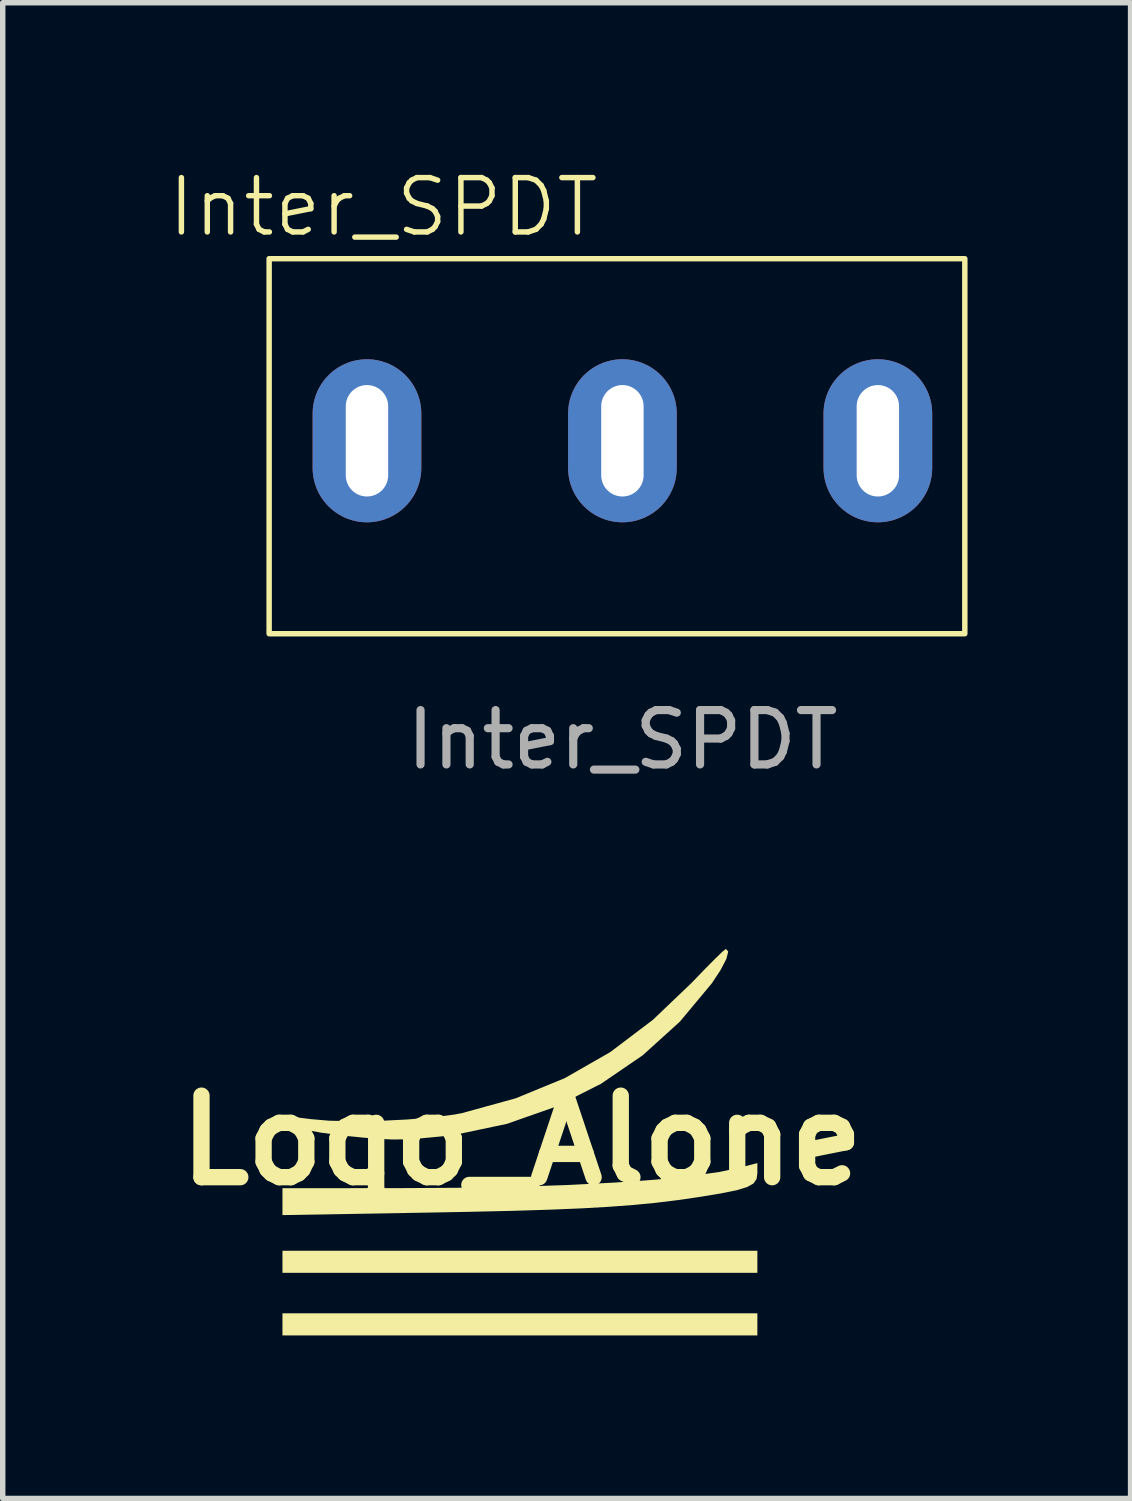
<source format=kicad_pcb>
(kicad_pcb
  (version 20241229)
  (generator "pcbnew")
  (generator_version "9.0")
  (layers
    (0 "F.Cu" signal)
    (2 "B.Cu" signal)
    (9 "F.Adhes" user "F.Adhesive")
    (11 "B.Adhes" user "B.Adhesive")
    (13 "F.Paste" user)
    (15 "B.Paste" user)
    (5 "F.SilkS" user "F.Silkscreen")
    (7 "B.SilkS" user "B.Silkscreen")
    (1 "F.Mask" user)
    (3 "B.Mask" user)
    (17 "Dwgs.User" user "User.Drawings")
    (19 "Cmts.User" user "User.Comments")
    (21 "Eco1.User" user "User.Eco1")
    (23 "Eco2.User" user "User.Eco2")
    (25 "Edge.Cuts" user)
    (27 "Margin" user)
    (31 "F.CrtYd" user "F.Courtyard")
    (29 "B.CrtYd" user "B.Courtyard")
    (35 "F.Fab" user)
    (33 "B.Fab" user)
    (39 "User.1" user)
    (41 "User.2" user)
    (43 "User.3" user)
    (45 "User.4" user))
  (footprint "Inter_SPDT"
    (layer "F.Cu")
    (at 8.402 8.06)
    (property "Reference" "Inter_SPDT" (at -4.4 -7.3 0) (unlocked yes) (layer "F.SilkS") (effects (font (size 1 1) (thickness 0.1))))
    (attr through_hole)
    (fp_rect (start -6.5 -6.35) (end 6.3 0.55) (stroke (width 0.1) (type default)) (fill no) (layer "F.SilkS"))
    (fp_text user "${REFERENCE}" (at 0 2.5 0) (unlocked yes) (layer "F.Fab") (effects (font (size 1 1) (thickness 0.15))))
    (pad "1" thru_hole oval (at -4.7 -3) (size 2 3) (drill oval 0.78 2.05) (layers "*.Cu" "*.Mask"))
    (pad "2" thru_hole oval (at 0 -3) (size 2 3) (drill oval 0.78 2.05) (layers "*.Cu" "*.Mask"))
    (pad "3" thru_hole oval (at 4.7 -3) (size 2 3) (drill oval 0.78 2.05) (layers "*.Cu" "*.Mask")))
  (footprint "Logo_Alone"
    (layer "F.Cu")
    (at 6.55 17.931)
    (property "Reference" "Logo_Alone" (at 0 0 0) (layer "F.SilkS") (effects (font (size 1.5 1.5) (thickness 0.3))))
    (attr board_only exclude_from_pos_files exclude_from_bom)
    (fp_poly (pts (xy 4.335 2.235) (xy 4.335 2.438) (xy -0.034 2.438) (xy -4.403 2.438) (xy -4.403 2.235) (xy -4.403 2.032) (xy -0.034 2.032) (xy 4.335 2.032)) (stroke (width 0) (type solid)) (fill yes) (layer "F.SilkS"))
    (fp_poly (pts (xy 4.335 3.387) (xy 4.335 3.59) (xy -0.034 3.59) (xy -4.403 3.59) (xy -4.403 3.387) (xy -4.403 3.183) (xy -0.034 3.183) (xy 4.335 3.183)) (stroke (width 0) (type solid)) (fill yes) (layer "F.SilkS"))
    (fp_poly (pts (xy 4.335 0.611) (xy 4.32 0.713) (xy 4.264 0.794) (xy 4.147 0.86) (xy 3.952 0.919) (xy 3.659 0.978) (xy 3.251 1.045) (xy 2.865 1.101) (xy 2.474 1.149) (xy 2.06 1.189) (xy 1.608 1.223) (xy 1.1 1.252) (xy 0.52 1.276) (xy -0.147 1.297) (xy -0.92 1.315) (xy -1.676 1.329) (xy -4.403 1.376) (xy -4.403 1.128) (xy -4.403 0.881) (xy -2.286 0.88) (xy -1.162 0.873) (xy -0.117 0.854) (xy 0.84 0.822) (xy 1.701 0.778) (xy 2.459 0.724) (xy 3.104 0.658) (xy 3.63 0.583) (xy 3.979 0.51) (xy 4.335 0.419)) (stroke (width 0) (type solid)) (fill yes) (layer "F.SilkS"))
    (fp_poly (pts (xy 3.799 -3.473) (xy 3.764 -3.336) (xy 3.656 -3.129) (xy 3.496 -2.887) (xy 2.909 -2.183) (xy 2.225 -1.564) (xy 1.458 -1.04) (xy 0.621 -0.617) (xy -0.272 -0.303) (xy -1.208 -0.106) (xy -1.496 -0.07) (xy -1.857 -0.036) (xy -2.133 -0.018) (xy -2.376 -0.015) (xy -2.633 -0.027) (xy -2.879 -0.046) (xy -3.311 -0.089) (xy -3.694 -0.141) (xy -4.009 -0.199) (xy -4.231 -0.257) (xy -4.341 -0.312) (xy -4.342 -0.313) (xy -4.397 -0.405) (xy -4.395 -0.434) (xy -4.32 -0.437) (xy -4.147 -0.423) (xy -3.913 -0.394) (xy -3.895 -0.391) (xy -3.546 -0.361) (xy -3.104 -0.351) (xy -2.612 -0.358) (xy -2.11 -0.383) (xy -1.639 -0.422) (xy -1.241 -0.474) (xy -1.095 -0.502) (xy -0.112 -0.773) (xy 0.791 -1.144) (xy 1.628 -1.623) (xy 2.415 -2.219) (xy 3.129 -2.901) (xy 3.355 -3.136) (xy 3.547 -3.33) (xy 3.686 -3.465) (xy 3.754 -3.521) (xy 3.756 -3.522)) (stroke (width 0) (type solid)) (fill yes) (layer "F.SilkS")))
  (gr_rect
    (start -3 -3)
    (end 17.752 24.521)
    (stroke (width 0.1) (type default))
    (fill no)
    (layer "Edge.Cuts")))
</source>
